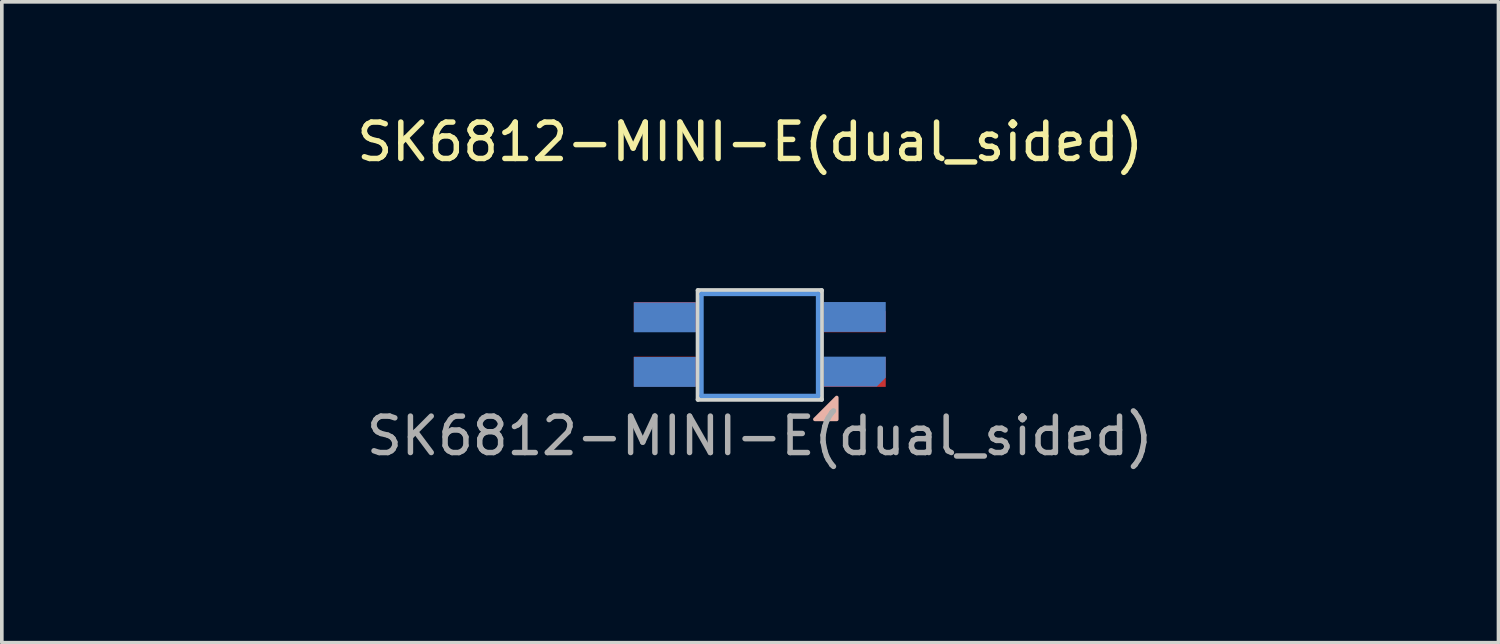
<source format=kicad_pcb>
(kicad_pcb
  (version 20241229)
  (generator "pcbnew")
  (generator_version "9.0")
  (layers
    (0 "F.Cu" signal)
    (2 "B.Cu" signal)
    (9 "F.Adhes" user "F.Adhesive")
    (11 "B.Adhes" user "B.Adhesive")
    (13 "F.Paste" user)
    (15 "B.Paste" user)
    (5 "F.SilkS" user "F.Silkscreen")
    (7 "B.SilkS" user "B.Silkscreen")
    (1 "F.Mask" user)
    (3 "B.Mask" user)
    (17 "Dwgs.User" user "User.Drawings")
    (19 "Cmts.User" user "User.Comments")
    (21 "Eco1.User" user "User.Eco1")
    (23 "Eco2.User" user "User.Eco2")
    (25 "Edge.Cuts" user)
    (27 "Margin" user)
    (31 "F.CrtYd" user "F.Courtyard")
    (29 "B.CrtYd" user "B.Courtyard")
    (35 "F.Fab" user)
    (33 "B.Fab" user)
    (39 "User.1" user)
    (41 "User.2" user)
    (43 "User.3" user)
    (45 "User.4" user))
  (footprint "SK6812-MINI-E(dual_sided)"
    (layer "F.Cu")
    (at 17.808 6.436)
    (property "Reference" "SK6812-MINI-E(dual_sided)" (at -0.254 -5.588 0) (unlocked yes) (layer "F.SilkS") (effects (font (size 1 1) (thickness 0.15))))
    (attr smd)
    (fp_poly (pts (xy 2.124 1.432) (xy 2.124 2.032) (xy 1.524 2.032)) (stroke (width 0.1) (type solid)) (fill yes) (layer "B.SilkS"))
    (fp_line (start -1.59 -1.412) (end 1.61 -1.412) (stroke (width 0.12) (type solid)) (layer "Cmts.User"))
    (fp_line (start -1.59 1.388) (end -1.59 -1.412) (stroke (width 0.12) (type solid)) (layer "Cmts.User"))
    (fp_line (start 1.61 -1.412) (end 1.61 1.388) (stroke (width 0.12) (type solid)) (layer "Cmts.User"))
    (fp_line (start 1.61 1.388) (end -1.59 1.388) (stroke (width 0.12) (type solid)) (layer "Cmts.User"))
    (fp_line (start -1.69 -1.512) (end 1.71 -1.512) (stroke (width 0.12) (type solid)) (layer "Edge.Cuts"))
    (fp_line (start -1.69 1.488) (end -1.69 -1.512) (stroke (width 0.12) (type solid)) (layer "Edge.Cuts"))
    (fp_line (start 1.71 -1.512) (end 1.71 1.488) (stroke (width 0.12) (type solid)) (layer "Edge.Cuts"))
    (fp_line (start 1.71 1.488) (end -1.69 1.488) (stroke (width 0.12) (type solid)) (layer "Edge.Cuts"))
    (fp_text user "${REFERENCE}" (at 0.01 2.488 0) (unlocked yes) (layer "F.Fab") (effects (font (size 1 1) (thickness 0.15))))
    (fp_text user "This is the top view with the light facing you" (at -0.254 4.318 0) (unlocked yes) (layer "User.7") (effects (font (size 1 1) (thickness 0.15))))
    (pad "1" smd rect (at -2.6 -0.77) (size 1.7 0.82) (layers "B.Cu" "B.Mask" "B.Paste"))
    (pad "1" smd rect (at -2.6 0.72 180) (size 1.7 0.82) (layers "F.Cu" "F.Mask" "F.Paste"))
    (pad "2" smd rect (at -2.6 -0.78 180) (size 1.7 0.82) (layers "F.Cu" "F.Mask" "F.Paste"))
    (pad "2" smd rect (at -2.6 0.73) (size 1.7 0.82) (layers "B.Cu" "B.Mask" "B.Paste"))
    (pad "3" smd roundrect (at 2.62 -0.77 180) (size 1.7 0.82) (layers "F.Cu" "F.Mask" "F.Paste") (roundrect_rratio 0) (chamfer_ratio 0.3) (chamfer bottom_left))
    (pad "3" smd roundrect (at 2.62 0.72) (size 1.7 0.82) (layers "B.Cu" "B.Mask" "B.Paste") (roundrect_rratio 0) (chamfer_ratio 0.3) (chamfer bottom_right))
    (pad "4" smd rect (at 2.62 -0.78) (size 1.7 0.82) (layers "B.Cu" "B.Mask" "B.Paste"))
    (pad "4" smd rect (at 2.62 0.73 180) (size 1.7 0.82) (layers "F.Cu" "F.Mask" "F.Paste")))
  (gr_rect
    (start -3 -3)
    (end 38.107 14.602)
    (stroke (width 0.1) (type default))
    (fill no)
    (layer "Edge.Cuts")))
</source>
